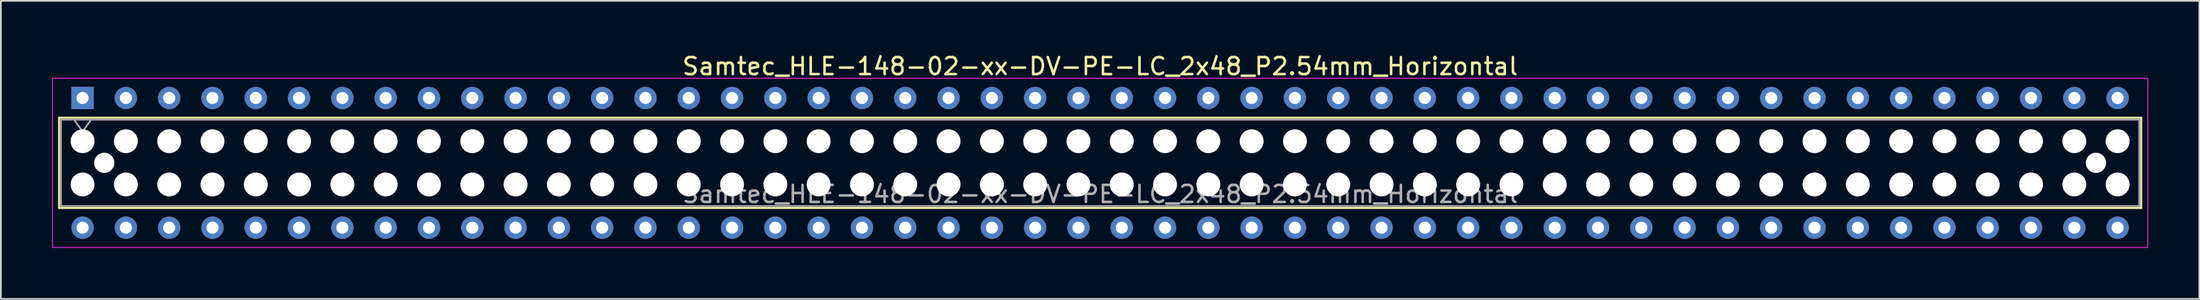
<source format=kicad_pcb>
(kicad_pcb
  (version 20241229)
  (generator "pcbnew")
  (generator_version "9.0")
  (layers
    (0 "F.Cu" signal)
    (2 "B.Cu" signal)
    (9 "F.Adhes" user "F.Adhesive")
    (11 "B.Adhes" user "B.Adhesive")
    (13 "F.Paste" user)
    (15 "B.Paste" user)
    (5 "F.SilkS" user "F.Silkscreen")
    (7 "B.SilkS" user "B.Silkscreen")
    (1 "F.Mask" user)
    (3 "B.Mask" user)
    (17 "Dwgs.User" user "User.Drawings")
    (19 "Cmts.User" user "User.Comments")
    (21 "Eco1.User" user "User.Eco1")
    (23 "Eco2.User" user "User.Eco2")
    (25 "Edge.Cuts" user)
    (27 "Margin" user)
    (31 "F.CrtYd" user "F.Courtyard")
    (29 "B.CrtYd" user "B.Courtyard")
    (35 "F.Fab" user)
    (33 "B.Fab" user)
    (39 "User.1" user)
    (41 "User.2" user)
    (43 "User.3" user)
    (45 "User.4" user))
  (footprint "Samtec_HLE-148-02-xx-DV-PE-LC_2x48_P2.54mm_Horizontal"
    (layer "F.Cu")
    (at 1.795 2.708)
    (property "Reference" "Samtec_HLE-148-02-xx-DV-PE-LC_2x48_P2.54mm_Horizontal" (at 59.69 -1.86 0) (layer "F.SilkS") (effects (font (size 1 1) (thickness 0.15))))
    (attr through_hole)
    (fp_line (start -1.38 1.16) (end 120.76 1.16) (stroke (width 0.12) (type solid)) (layer "F.SilkS"))
    (fp_line (start -1.38 6.46) (end -1.38 1.16) (stroke (width 0.12) (type solid)) (layer "F.SilkS"))
    (fp_line (start 120.76 1.16) (end 120.76 6.46) (stroke (width 0.12) (type solid)) (layer "F.SilkS"))
    (fp_line (start 120.76 6.46) (end -1.38 6.46) (stroke (width 0.12) (type solid)) (layer "F.SilkS"))
    (fp_line (start -1.77 -1.16) (end 121.15 -1.16) (stroke (width 0.05) (type solid)) (layer "F.CrtYd"))
    (fp_line (start -1.77 8.78) (end -1.77 -1.16) (stroke (width 0.05) (type solid)) (layer "F.CrtYd"))
    (fp_line (start 121.15 -1.16) (end 121.15 8.78) (stroke (width 0.05) (type solid)) (layer "F.CrtYd"))
    (fp_line (start 121.15 8.78) (end -1.77 8.78) (stroke (width 0.05) (type solid)) (layer "F.CrtYd"))
    (fp_line (start -1.27 1.27) (end 120.65 1.27) (stroke (width 0.1) (type solid)) (layer "F.Fab"))
    (fp_line (start -1.27 6.35) (end -1.27 1.27) (stroke (width 0.1) (type solid)) (layer "F.Fab"))
    (fp_line (start -0.5 1.27) (end 0 1.977) (stroke (width 0.1) (type solid)) (layer "F.Fab"))
    (fp_line (start 0 1.977) (end 0.5 1.27) (stroke (width 0.1) (type solid)) (layer "F.Fab"))
    (fp_line (start 120.65 1.27) (end 120.65 6.35) (stroke (width 0.1) (type solid)) (layer "F.Fab"))
    (fp_line (start 120.65 6.35) (end -1.27 6.35) (stroke (width 0.1) (type solid)) (layer "F.Fab"))
    (fp_text user "${REFERENCE}" (at 59.69 5.65 0) (layer "F.Fab") (effects (font (size 1 1) (thickness 0.15))))
    (pad "" np_thru_hole circle (at 0 2.54) (size 1.4 1.4) (drill 1.4) (layers "*.Cu" "*.Mask"))
    (pad "" np_thru_hole circle (at 0 5.08) (size 1.4 1.4) (drill 1.4) (layers "*.Cu" "*.Mask"))
    (pad "" np_thru_hole circle (at 1.27 3.81) (size 1.19 1.19) (drill 1.19) (layers "*.Cu" "*.Mask"))
    (pad "" np_thru_hole circle (at 2.54 2.54) (size 1.4 1.4) (drill 1.4) (layers "*.Cu" "*.Mask"))
    (pad "" np_thru_hole circle (at 2.54 5.08) (size 1.4 1.4) (drill 1.4) (layers "*.Cu" "*.Mask"))
    (pad "" np_thru_hole circle (at 5.08 2.54) (size 1.4 1.4) (drill 1.4) (layers "*.Cu" "*.Mask"))
    (pad "" np_thru_hole circle (at 5.08 5.08) (size 1.4 1.4) (drill 1.4) (layers "*.Cu" "*.Mask"))
    (pad "" np_thru_hole circle (at 7.62 2.54) (size 1.4 1.4) (drill 1.4) (layers "*.Cu" "*.Mask"))
    (pad "" np_thru_hole circle (at 7.62 5.08) (size 1.4 1.4) (drill 1.4) (layers "*.Cu" "*.Mask"))
    (pad "" np_thru_hole circle (at 10.16 2.54) (size 1.4 1.4) (drill 1.4) (layers "*.Cu" "*.Mask"))
    (pad "" np_thru_hole circle (at 10.16 5.08) (size 1.4 1.4) (drill 1.4) (layers "*.Cu" "*.Mask"))
    (pad "" np_thru_hole circle (at 12.7 2.54) (size 1.4 1.4) (drill 1.4) (layers "*.Cu" "*.Mask"))
    (pad "" np_thru_hole circle (at 12.7 5.08) (size 1.4 1.4) (drill 1.4) (layers "*.Cu" "*.Mask"))
    (pad "" np_thru_hole circle (at 15.24 2.54) (size 1.4 1.4) (drill 1.4) (layers "*.Cu" "*.Mask"))
    (pad "" np_thru_hole circle (at 15.24 5.08) (size 1.4 1.4) (drill 1.4) (layers "*.Cu" "*.Mask"))
    (pad "" np_thru_hole circle (at 17.78 2.54) (size 1.4 1.4) (drill 1.4) (layers "*.Cu" "*.Mask"))
    (pad "" np_thru_hole circle (at 17.78 5.08) (size 1.4 1.4) (drill 1.4) (layers "*.Cu" "*.Mask"))
    (pad "" np_thru_hole circle (at 20.32 2.54) (size 1.4 1.4) (drill 1.4) (layers "*.Cu" "*.Mask"))
    (pad "" np_thru_hole circle (at 20.32 5.08) (size 1.4 1.4) (drill 1.4) (layers "*.Cu" "*.Mask"))
    (pad "" np_thru_hole circle (at 22.86 2.54) (size 1.4 1.4) (drill 1.4) (layers "*.Cu" "*.Mask"))
    (pad "" np_thru_hole circle (at 22.86 5.08) (size 1.4 1.4) (drill 1.4) (layers "*.Cu" "*.Mask"))
    (pad "" np_thru_hole circle (at 25.4 2.54) (size 1.4 1.4) (drill 1.4) (layers "*.Cu" "*.Mask"))
    (pad "" np_thru_hole circle (at 25.4 5.08) (size 1.4 1.4) (drill 1.4) (layers "*.Cu" "*.Mask"))
    (pad "" np_thru_hole circle (at 27.94 2.54) (size 1.4 1.4) (drill 1.4) (layers "*.Cu" "*.Mask"))
    (pad "" np_thru_hole circle (at 27.94 5.08) (size 1.4 1.4) (drill 1.4) (layers "*.Cu" "*.Mask"))
    (pad "" np_thru_hole circle (at 30.48 2.54) (size 1.4 1.4) (drill 1.4) (layers "*.Cu" "*.Mask"))
    (pad "" np_thru_hole circle (at 30.48 5.08) (size 1.4 1.4) (drill 1.4) (layers "*.Cu" "*.Mask"))
    (pad "" np_thru_hole circle (at 33.02 2.54) (size 1.4 1.4) (drill 1.4) (layers "*.Cu" "*.Mask"))
    (pad "" np_thru_hole circle (at 33.02 5.08) (size 1.4 1.4) (drill 1.4) (layers "*.Cu" "*.Mask"))
    (pad "" np_thru_hole circle (at 35.56 2.54) (size 1.4 1.4) (drill 1.4) (layers "*.Cu" "*.Mask"))
    (pad "" np_thru_hole circle (at 35.56 5.08) (size 1.4 1.4) (drill 1.4) (layers "*.Cu" "*.Mask"))
    (pad "" np_thru_hole circle (at 38.1 2.54) (size 1.4 1.4) (drill 1.4) (layers "*.Cu" "*.Mask"))
    (pad "" np_thru_hole circle (at 38.1 5.08) (size 1.4 1.4) (drill 1.4) (layers "*.Cu" "*.Mask"))
    (pad "" np_thru_hole circle (at 40.64 2.54) (size 1.4 1.4) (drill 1.4) (layers "*.Cu" "*.Mask"))
    (pad "" np_thru_hole circle (at 40.64 5.08) (size 1.4 1.4) (drill 1.4) (layers "*.Cu" "*.Mask"))
    (pad "" np_thru_hole circle (at 43.18 2.54) (size 1.4 1.4) (drill 1.4) (layers "*.Cu" "*.Mask"))
    (pad "" np_thru_hole circle (at 43.18 5.08) (size 1.4 1.4) (drill 1.4) (layers "*.Cu" "*.Mask"))
    (pad "" np_thru_hole circle (at 45.72 2.54) (size 1.4 1.4) (drill 1.4) (layers "*.Cu" "*.Mask"))
    (pad "" np_thru_hole circle (at 45.72 5.08) (size 1.4 1.4) (drill 1.4) (layers "*.Cu" "*.Mask"))
    (pad "" np_thru_hole circle (at 48.26 2.54) (size 1.4 1.4) (drill 1.4) (layers "*.Cu" "*.Mask"))
    (pad "" np_thru_hole circle (at 48.26 5.08) (size 1.4 1.4) (drill 1.4) (layers "*.Cu" "*.Mask"))
    (pad "" np_thru_hole circle (at 50.8 2.54) (size 1.4 1.4) (drill 1.4) (layers "*.Cu" "*.Mask"))
    (pad "" np_thru_hole circle (at 50.8 5.08) (size 1.4 1.4) (drill 1.4) (layers "*.Cu" "*.Mask"))
    (pad "" np_thru_hole circle (at 53.34 2.54) (size 1.4 1.4) (drill 1.4) (layers "*.Cu" "*.Mask"))
    (pad "" np_thru_hole circle (at 53.34 5.08) (size 1.4 1.4) (drill 1.4) (layers "*.Cu" "*.Mask"))
    (pad "" np_thru_hole circle (at 55.88 2.54) (size 1.4 1.4) (drill 1.4) (layers "*.Cu" "*.Mask"))
    (pad "" np_thru_hole circle (at 55.88 5.08) (size 1.4 1.4) (drill 1.4) (layers "*.Cu" "*.Mask"))
    (pad "" np_thru_hole circle (at 58.42 2.54) (size 1.4 1.4) (drill 1.4) (layers "*.Cu" "*.Mask"))
    (pad "" np_thru_hole circle (at 58.42 5.08) (size 1.4 1.4) (drill 1.4) (layers "*.Cu" "*.Mask"))
    (pad "" np_thru_hole circle (at 60.96 2.54) (size 1.4 1.4) (drill 1.4) (layers "*.Cu" "*.Mask"))
    (pad "" np_thru_hole circle (at 60.96 5.08) (size 1.4 1.4) (drill 1.4) (layers "*.Cu" "*.Mask"))
    (pad "" np_thru_hole circle (at 63.5 2.54) (size 1.4 1.4) (drill 1.4) (layers "*.Cu" "*.Mask"))
    (pad "" np_thru_hole circle (at 63.5 5.08) (size 1.4 1.4) (drill 1.4) (layers "*.Cu" "*.Mask"))
    (pad "" np_thru_hole circle (at 66.04 2.54) (size 1.4 1.4) (drill 1.4) (layers "*.Cu" "*.Mask"))
    (pad "" np_thru_hole circle (at 66.04 5.08) (size 1.4 1.4) (drill 1.4) (layers "*.Cu" "*.Mask"))
    (pad "" np_thru_hole circle (at 68.58 2.54) (size 1.4 1.4) (drill 1.4) (layers "*.Cu" "*.Mask"))
    (pad "" np_thru_hole circle (at 68.58 5.08) (size 1.4 1.4) (drill 1.4) (layers "*.Cu" "*.Mask"))
    (pad "" np_thru_hole circle (at 71.12 2.54) (size 1.4 1.4) (drill 1.4) (layers "*.Cu" "*.Mask"))
    (pad "" np_thru_hole circle (at 71.12 5.08) (size 1.4 1.4) (drill 1.4) (layers "*.Cu" "*.Mask"))
    (pad "" np_thru_hole circle (at 73.66 2.54) (size 1.4 1.4) (drill 1.4) (layers "*.Cu" "*.Mask"))
    (pad "" np_thru_hole circle (at 73.66 5.08) (size 1.4 1.4) (drill 1.4) (layers "*.Cu" "*.Mask"))
    (pad "" np_thru_hole circle (at 76.2 2.54) (size 1.4 1.4) (drill 1.4) (layers "*.Cu" "*.Mask"))
    (pad "" np_thru_hole circle (at 76.2 5.08) (size 1.4 1.4) (drill 1.4) (layers "*.Cu" "*.Mask"))
    (pad "" np_thru_hole circle (at 78.74 2.54) (size 1.4 1.4) (drill 1.4) (layers "*.Cu" "*.Mask"))
    (pad "" np_thru_hole circle (at 78.74 5.08) (size 1.4 1.4) (drill 1.4) (layers "*.Cu" "*.Mask"))
    (pad "" np_thru_hole circle (at 81.28 2.54) (size 1.4 1.4) (drill 1.4) (layers "*.Cu" "*.Mask"))
    (pad "" np_thru_hole circle (at 81.28 5.08) (size 1.4 1.4) (drill 1.4) (layers "*.Cu" "*.Mask"))
    (pad "" np_thru_hole circle (at 83.82 2.54) (size 1.4 1.4) (drill 1.4) (layers "*.Cu" "*.Mask"))
    (pad "" np_thru_hole circle (at 83.82 5.08) (size 1.4 1.4) (drill 1.4) (layers "*.Cu" "*.Mask"))
    (pad "" np_thru_hole circle (at 86.36 2.54) (size 1.4 1.4) (drill 1.4) (layers "*.Cu" "*.Mask"))
    (pad "" np_thru_hole circle (at 86.36 5.08) (size 1.4 1.4) (drill 1.4) (layers "*.Cu" "*.Mask"))
    (pad "" np_thru_hole circle (at 88.9 2.54) (size 1.4 1.4) (drill 1.4) (layers "*.Cu" "*.Mask"))
    (pad "" np_thru_hole circle (at 88.9 5.08) (size 1.4 1.4) (drill 1.4) (layers "*.Cu" "*.Mask"))
    (pad "" np_thru_hole circle (at 91.44 2.54) (size 1.4 1.4) (drill 1.4) (layers "*.Cu" "*.Mask"))
    (pad "" np_thru_hole circle (at 91.44 5.08) (size 1.4 1.4) (drill 1.4) (layers "*.Cu" "*.Mask"))
    (pad "" np_thru_hole circle (at 93.98 2.54) (size 1.4 1.4) (drill 1.4) (layers "*.Cu" "*.Mask"))
    (pad "" np_thru_hole circle (at 93.98 5.08) (size 1.4 1.4) (drill 1.4) (layers "*.Cu" "*.Mask"))
    (pad "" np_thru_hole circle (at 96.52 2.54) (size 1.4 1.4) (drill 1.4) (layers "*.Cu" "*.Mask"))
    (pad "" np_thru_hole circle (at 96.52 5.08) (size 1.4 1.4) (drill 1.4) (layers "*.Cu" "*.Mask"))
    (pad "" np_thru_hole circle (at 99.06 2.54) (size 1.4 1.4) (drill 1.4) (layers "*.Cu" "*.Mask"))
    (pad "" np_thru_hole circle (at 99.06 5.08) (size 1.4 1.4) (drill 1.4) (layers "*.Cu" "*.Mask"))
    (pad "" np_thru_hole circle (at 101.6 2.54) (size 1.4 1.4) (drill 1.4) (layers "*.Cu" "*.Mask"))
    (pad "" np_thru_hole circle (at 101.6 5.08) (size 1.4 1.4) (drill 1.4) (layers "*.Cu" "*.Mask"))
    (pad "" np_thru_hole circle (at 104.14 2.54) (size 1.4 1.4) (drill 1.4) (layers "*.Cu" "*.Mask"))
    (pad "" np_thru_hole circle (at 104.14 5.08) (size 1.4 1.4) (drill 1.4) (layers "*.Cu" "*.Mask"))
    (pad "" np_thru_hole circle (at 106.68 2.54) (size 1.4 1.4) (drill 1.4) (layers "*.Cu" "*.Mask"))
    (pad "" np_thru_hole circle (at 106.68 5.08) (size 1.4 1.4) (drill 1.4) (layers "*.Cu" "*.Mask"))
    (pad "" np_thru_hole circle (at 109.22 2.54) (size 1.4 1.4) (drill 1.4) (layers "*.Cu" "*.Mask"))
    (pad "" np_thru_hole circle (at 109.22 5.08) (size 1.4 1.4) (drill 1.4) (layers "*.Cu" "*.Mask"))
    (pad "" np_thru_hole circle (at 111.76 2.54) (size 1.4 1.4) (drill 1.4) (layers "*.Cu" "*.Mask"))
    (pad "" np_thru_hole circle (at 111.76 5.08) (size 1.4 1.4) (drill 1.4) (layers "*.Cu" "*.Mask"))
    (pad "" np_thru_hole circle (at 114.3 2.54) (size 1.4 1.4) (drill 1.4) (layers "*.Cu" "*.Mask"))
    (pad "" np_thru_hole circle (at 114.3 5.08) (size 1.4 1.4) (drill 1.4) (layers "*.Cu" "*.Mask"))
    (pad "" np_thru_hole circle (at 116.84 2.54) (size 1.4 1.4) (drill 1.4) (layers "*.Cu" "*.Mask"))
    (pad "" np_thru_hole circle (at 116.84 5.08) (size 1.4 1.4) (drill 1.4) (layers "*.Cu" "*.Mask"))
    (pad "" np_thru_hole circle (at 118.11 3.81) (size 1.19 1.19) (drill 1.19) (layers "*.Cu" "*.Mask"))
    (pad "" np_thru_hole circle (at 119.38 2.54) (size 1.4 1.4) (drill 1.4) (layers "*.Cu" "*.Mask"))
    (pad "" np_thru_hole circle (at 119.38 5.08) (size 1.4 1.4) (drill 1.4) (layers "*.Cu" "*.Mask"))
    (pad "1" thru_hole rect (at 0 0) (size 1.31 1.31) (drill 0.71) (layers "*.Cu" "*.Mask"))
    (pad "2" thru_hole circle (at 0 7.62) (size 1.31 1.31) (drill 0.71) (layers "*.Cu" "*.Mask"))
    (pad "3" thru_hole circle (at 2.54 0) (size 1.31 1.31) (drill 0.71) (layers "*.Cu" "*.Mask"))
    (pad "4" thru_hole circle (at 2.54 7.62) (size 1.31 1.31) (drill 0.71) (layers "*.Cu" "*.Mask"))
    (pad "5" thru_hole circle (at 5.08 0) (size 1.31 1.31) (drill 0.71) (layers "*.Cu" "*.Mask"))
    (pad "6" thru_hole circle (at 5.08 7.62) (size 1.31 1.31) (drill 0.71) (layers "*.Cu" "*.Mask"))
    (pad "7" thru_hole circle (at 7.62 0) (size 1.31 1.31) (drill 0.71) (layers "*.Cu" "*.Mask"))
    (pad "8" thru_hole circle (at 7.62 7.62) (size 1.31 1.31) (drill 0.71) (layers "*.Cu" "*.Mask"))
    (pad "9" thru_hole circle (at 10.16 0) (size 1.31 1.31) (drill 0.71) (layers "*.Cu" "*.Mask"))
    (pad "10" thru_hole circle (at 10.16 7.62) (size 1.31 1.31) (drill 0.71) (layers "*.Cu" "*.Mask"))
    (pad "11" thru_hole circle (at 12.7 0) (size 1.31 1.31) (drill 0.71) (layers "*.Cu" "*.Mask"))
    (pad "12" thru_hole circle (at 12.7 7.62) (size 1.31 1.31) (drill 0.71) (layers "*.Cu" "*.Mask"))
    (pad "13" thru_hole circle (at 15.24 0) (size 1.31 1.31) (drill 0.71) (layers "*.Cu" "*.Mask"))
    (pad "14" thru_hole circle (at 15.24 7.62) (size 1.31 1.31) (drill 0.71) (layers "*.Cu" "*.Mask"))
    (pad "15" thru_hole circle (at 17.78 0) (size 1.31 1.31) (drill 0.71) (layers "*.Cu" "*.Mask"))
    (pad "16" thru_hole circle (at 17.78 7.62) (size 1.31 1.31) (drill 0.71) (layers "*.Cu" "*.Mask"))
    (pad "17" thru_hole circle (at 20.32 0) (size 1.31 1.31) (drill 0.71) (layers "*.Cu" "*.Mask"))
    (pad "18" thru_hole circle (at 20.32 7.62) (size 1.31 1.31) (drill 0.71) (layers "*.Cu" "*.Mask"))
    (pad "19" thru_hole circle (at 22.86 0) (size 1.31 1.31) (drill 0.71) (layers "*.Cu" "*.Mask"))
    (pad "20" thru_hole circle (at 22.86 7.62) (size 1.31 1.31) (drill 0.71) (layers "*.Cu" "*.Mask"))
    (pad "21" thru_hole circle (at 25.4 0) (size 1.31 1.31) (drill 0.71) (layers "*.Cu" "*.Mask"))
    (pad "22" thru_hole circle (at 25.4 7.62) (size 1.31 1.31) (drill 0.71) (layers "*.Cu" "*.Mask"))
    (pad "23" thru_hole circle (at 27.94 0) (size 1.31 1.31) (drill 0.71) (layers "*.Cu" "*.Mask"))
    (pad "24" thru_hole circle (at 27.94 7.62) (size 1.31 1.31) (drill 0.71) (layers "*.Cu" "*.Mask"))
    (pad "25" thru_hole circle (at 30.48 0) (size 1.31 1.31) (drill 0.71) (layers "*.Cu" "*.Mask"))
    (pad "26" thru_hole circle (at 30.48 7.62) (size 1.31 1.31) (drill 0.71) (layers "*.Cu" "*.Mask"))
    (pad "27" thru_hole circle (at 33.02 0) (size 1.31 1.31) (drill 0.71) (layers "*.Cu" "*.Mask"))
    (pad "28" thru_hole circle (at 33.02 7.62) (size 1.31 1.31) (drill 0.71) (layers "*.Cu" "*.Mask"))
    (pad "29" thru_hole circle (at 35.56 0) (size 1.31 1.31) (drill 0.71) (layers "*.Cu" "*.Mask"))
    (pad "30" thru_hole circle (at 35.56 7.62) (size 1.31 1.31) (drill 0.71) (layers "*.Cu" "*.Mask"))
    (pad "31" thru_hole circle (at 38.1 0) (size 1.31 1.31) (drill 0.71) (layers "*.Cu" "*.Mask"))
    (pad "32" thru_hole circle (at 38.1 7.62) (size 1.31 1.31) (drill 0.71) (layers "*.Cu" "*.Mask"))
    (pad "33" thru_hole circle (at 40.64 0) (size 1.31 1.31) (drill 0.71) (layers "*.Cu" "*.Mask"))
    (pad "34" thru_hole circle (at 40.64 7.62) (size 1.31 1.31) (drill 0.71) (layers "*.Cu" "*.Mask"))
    (pad "35" thru_hole circle (at 43.18 0) (size 1.31 1.31) (drill 0.71) (layers "*.Cu" "*.Mask"))
    (pad "36" thru_hole circle (at 43.18 7.62) (size 1.31 1.31) (drill 0.71) (layers "*.Cu" "*.Mask"))
    (pad "37" thru_hole circle (at 45.72 0) (size 1.31 1.31) (drill 0.71) (layers "*.Cu" "*.Mask"))
    (pad "38" thru_hole circle (at 45.72 7.62) (size 1.31 1.31) (drill 0.71) (layers "*.Cu" "*.Mask"))
    (pad "39" thru_hole circle (at 48.26 0) (size 1.31 1.31) (drill 0.71) (layers "*.Cu" "*.Mask"))
    (pad "40" thru_hole circle (at 48.26 7.62) (size 1.31 1.31) (drill 0.71) (layers "*.Cu" "*.Mask"))
    (pad "41" thru_hole circle (at 50.8 0) (size 1.31 1.31) (drill 0.71) (layers "*.Cu" "*.Mask"))
    (pad "42" thru_hole circle (at 50.8 7.62) (size 1.31 1.31) (drill 0.71) (layers "*.Cu" "*.Mask"))
    (pad "43" thru_hole circle (at 53.34 0) (size 1.31 1.31) (drill 0.71) (layers "*.Cu" "*.Mask"))
    (pad "44" thru_hole circle (at 53.34 7.62) (size 1.31 1.31) (drill 0.71) (layers "*.Cu" "*.Mask"))
    (pad "45" thru_hole circle (at 55.88 0) (size 1.31 1.31) (drill 0.71) (layers "*.Cu" "*.Mask"))
    (pad "46" thru_hole circle (at 55.88 7.62) (size 1.31 1.31) (drill 0.71) (layers "*.Cu" "*.Mask"))
    (pad "47" thru_hole circle (at 58.42 0) (size 1.31 1.31) (drill 0.71) (layers "*.Cu" "*.Mask"))
    (pad "48" thru_hole circle (at 58.42 7.62) (size 1.31 1.31) (drill 0.71) (layers "*.Cu" "*.Mask"))
    (pad "49" thru_hole circle (at 60.96 0) (size 1.31 1.31) (drill 0.71) (layers "*.Cu" "*.Mask"))
    (pad "50" thru_hole circle (at 60.96 7.62) (size 1.31 1.31) (drill 0.71) (layers "*.Cu" "*.Mask"))
    (pad "51" thru_hole circle (at 63.5 0) (size 1.31 1.31) (drill 0.71) (layers "*.Cu" "*.Mask"))
    (pad "52" thru_hole circle (at 63.5 7.62) (size 1.31 1.31) (drill 0.71) (layers "*.Cu" "*.Mask"))
    (pad "53" thru_hole circle (at 66.04 0) (size 1.31 1.31) (drill 0.71) (layers "*.Cu" "*.Mask"))
    (pad "54" thru_hole circle (at 66.04 7.62) (size 1.31 1.31) (drill 0.71) (layers "*.Cu" "*.Mask"))
    (pad "55" thru_hole circle (at 68.58 0) (size 1.31 1.31) (drill 0.71) (layers "*.Cu" "*.Mask"))
    (pad "56" thru_hole circle (at 68.58 7.62) (size 1.31 1.31) (drill 0.71) (layers "*.Cu" "*.Mask"))
    (pad "57" thru_hole circle (at 71.12 0) (size 1.31 1.31) (drill 0.71) (layers "*.Cu" "*.Mask"))
    (pad "58" thru_hole circle (at 71.12 7.62) (size 1.31 1.31) (drill 0.71) (layers "*.Cu" "*.Mask"))
    (pad "59" thru_hole circle (at 73.66 0) (size 1.31 1.31) (drill 0.71) (layers "*.Cu" "*.Mask"))
    (pad "60" thru_hole circle (at 73.66 7.62) (size 1.31 1.31) (drill 0.71) (layers "*.Cu" "*.Mask"))
    (pad "61" thru_hole circle (at 76.2 0) (size 1.31 1.31) (drill 0.71) (layers "*.Cu" "*.Mask"))
    (pad "62" thru_hole circle (at 76.2 7.62) (size 1.31 1.31) (drill 0.71) (layers "*.Cu" "*.Mask"))
    (pad "63" thru_hole circle (at 78.74 0) (size 1.31 1.31) (drill 0.71) (layers "*.Cu" "*.Mask"))
    (pad "64" thru_hole circle (at 78.74 7.62) (size 1.31 1.31) (drill 0.71) (layers "*.Cu" "*.Mask"))
    (pad "65" thru_hole circle (at 81.28 0) (size 1.31 1.31) (drill 0.71) (layers "*.Cu" "*.Mask"))
    (pad "66" thru_hole circle (at 81.28 7.62) (size 1.31 1.31) (drill 0.71) (layers "*.Cu" "*.Mask"))
    (pad "67" thru_hole circle (at 83.82 0) (size 1.31 1.31) (drill 0.71) (layers "*.Cu" "*.Mask"))
    (pad "68" thru_hole circle (at 83.82 7.62) (size 1.31 1.31) (drill 0.71) (layers "*.Cu" "*.Mask"))
    (pad "69" thru_hole circle (at 86.36 0) (size 1.31 1.31) (drill 0.71) (layers "*.Cu" "*.Mask"))
    (pad "70" thru_hole circle (at 86.36 7.62) (size 1.31 1.31) (drill 0.71) (layers "*.Cu" "*.Mask"))
    (pad "71" thru_hole circle (at 88.9 0) (size 1.31 1.31) (drill 0.71) (layers "*.Cu" "*.Mask"))
    (pad "72" thru_hole circle (at 88.9 7.62) (size 1.31 1.31) (drill 0.71) (layers "*.Cu" "*.Mask"))
    (pad "73" thru_hole circle (at 91.44 0) (size 1.31 1.31) (drill 0.71) (layers "*.Cu" "*.Mask"))
    (pad "74" thru_hole circle (at 91.44 7.62) (size 1.31 1.31) (drill 0.71) (layers "*.Cu" "*.Mask"))
    (pad "75" thru_hole circle (at 93.98 0) (size 1.31 1.31) (drill 0.71) (layers "*.Cu" "*.Mask"))
    (pad "76" thru_hole circle (at 93.98 7.62) (size 1.31 1.31) (drill 0.71) (layers "*.Cu" "*.Mask"))
    (pad "77" thru_hole circle (at 96.52 0) (size 1.31 1.31) (drill 0.71) (layers "*.Cu" "*.Mask"))
    (pad "78" thru_hole circle (at 96.52 7.62) (size 1.31 1.31) (drill 0.71) (layers "*.Cu" "*.Mask"))
    (pad "79" thru_hole circle (at 99.06 0) (size 1.31 1.31) (drill 0.71) (layers "*.Cu" "*.Mask"))
    (pad "80" thru_hole circle (at 99.06 7.62) (size 1.31 1.31) (drill 0.71) (layers "*.Cu" "*.Mask"))
    (pad "81" thru_hole circle (at 101.6 0) (size 1.31 1.31) (drill 0.71) (layers "*.Cu" "*.Mask"))
    (pad "82" thru_hole circle (at 101.6 7.62) (size 1.31 1.31) (drill 0.71) (layers "*.Cu" "*.Mask"))
    (pad "83" thru_hole circle (at 104.14 0) (size 1.31 1.31) (drill 0.71) (layers "*.Cu" "*.Mask"))
    (pad "84" thru_hole circle (at 104.14 7.62) (size 1.31 1.31) (drill 0.71) (layers "*.Cu" "*.Mask"))
    (pad "85" thru_hole circle (at 106.68 0) (size 1.31 1.31) (drill 0.71) (layers "*.Cu" "*.Mask"))
    (pad "86" thru_hole circle (at 106.68 7.62) (size 1.31 1.31) (drill 0.71) (layers "*.Cu" "*.Mask"))
    (pad "87" thru_hole circle (at 109.22 0) (size 1.31 1.31) (drill 0.71) (layers "*.Cu" "*.Mask"))
    (pad "88" thru_hole circle (at 109.22 7.62) (size 1.31 1.31) (drill 0.71) (layers "*.Cu" "*.Mask"))
    (pad "89" thru_hole circle (at 111.76 0) (size 1.31 1.31) (drill 0.71) (layers "*.Cu" "*.Mask"))
    (pad "90" thru_hole circle (at 111.76 7.62) (size 1.31 1.31) (drill 0.71) (layers "*.Cu" "*.Mask"))
    (pad "91" thru_hole circle (at 114.3 0) (size 1.31 1.31) (drill 0.71) (layers "*.Cu" "*.Mask"))
    (pad "92" thru_hole circle (at 114.3 7.62) (size 1.31 1.31) (drill 0.71) (layers "*.Cu" "*.Mask"))
    (pad "93" thru_hole circle (at 116.84 0) (size 1.31 1.31) (drill 0.71) (layers "*.Cu" "*.Mask"))
    (pad "94" thru_hole circle (at 116.84 7.62) (size 1.31 1.31) (drill 0.71) (layers "*.Cu" "*.Mask"))
    (pad "95" thru_hole circle (at 119.38 0) (size 1.31 1.31) (drill 0.71) (layers "*.Cu" "*.Mask"))
    (pad "96" thru_hole circle (at 119.38 7.62) (size 1.31 1.31) (drill 0.71) (layers "*.Cu" "*.Mask")))
  (gr_rect
    (start -3 -3)
    (end 125.97 14.513)
    (stroke (width 0.1) (type default))
    (fill no)
    (layer "Edge.Cuts")))
</source>
